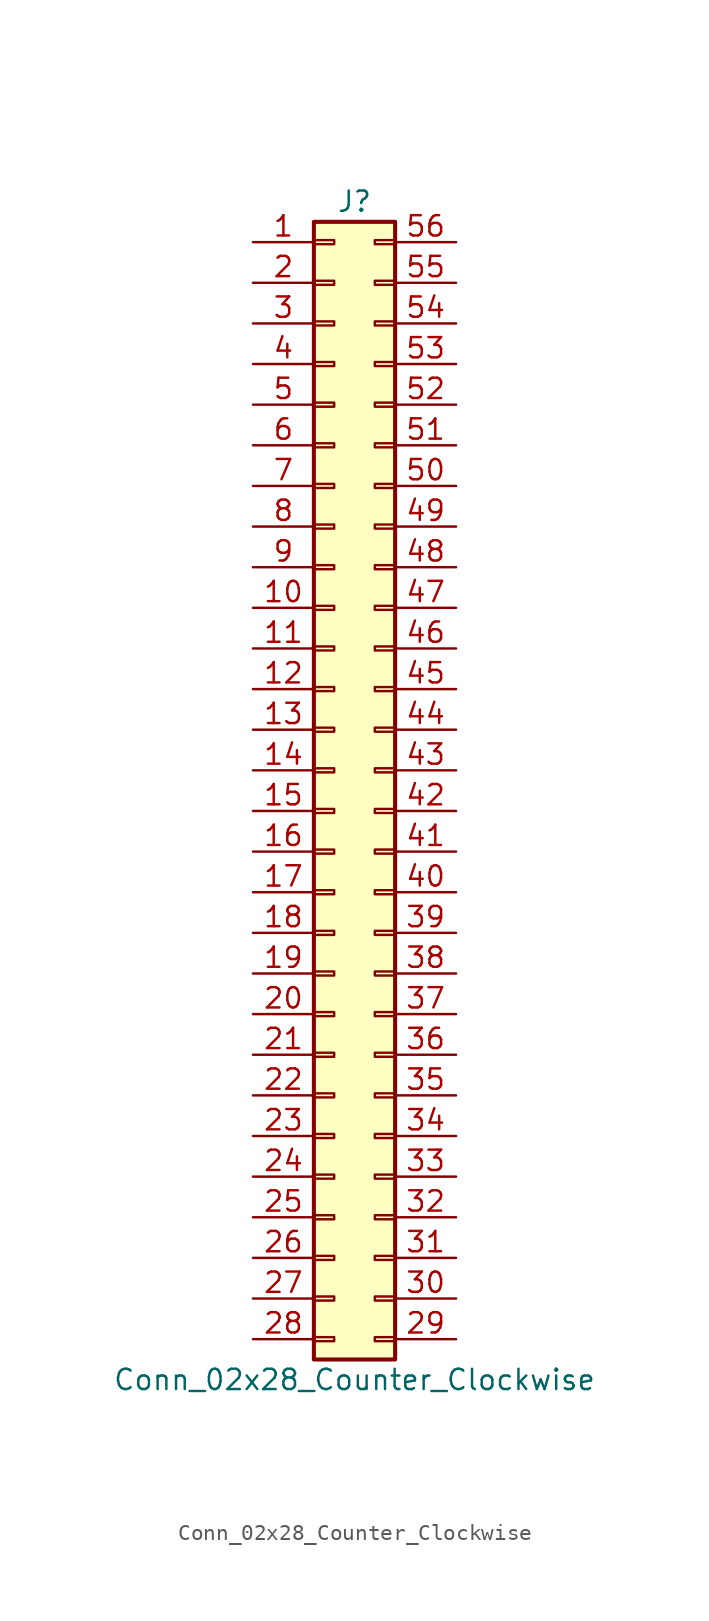
<source format=kicad_sym>
(kicad_symbol_lib
  (version 20220914)
  (generator kicad_symbol_editor)
  (symbol "Conn_02x28_Counter_Clockwise"
    (pin_names
      (offset 1.016) hide)
    (property "Reference" "J"
      (at 1.27 35.56 0)
      (effects (font (size 1.27 1.27))))
    (property "Value" "Conn_02x28_Counter_Clockwise"
      (at 1.27 -38.1 0)
      (effects (font (size 1.27 1.27))))
    (symbol "Conn_02x28_Counter_Clockwise_1_1"
      (rectangle (start -1.27 -35.433) (end 0 -35.687) (stroke (width 0.152) (type solid)) (fill (type none)))
      (rectangle (start -1.27 -32.893) (end 0 -33.147) (stroke (width 0.152) (type solid)) (fill (type none)))
      (rectangle (start -1.27 -30.353) (end 0 -30.607) (stroke (width 0.152) (type solid)) (fill (type none)))
      (rectangle (start -1.27 -27.813) (end 0 -28.067) (stroke (width 0.152) (type solid)) (fill (type none)))
      (rectangle (start -1.27 -25.273) (end 0 -25.527) (stroke (width 0.152) (type solid)) (fill (type none)))
      (rectangle (start -1.27 -22.733) (end 0 -22.987) (stroke (width 0.152) (type solid)) (fill (type none)))
      (rectangle (start -1.27 -20.193) (end 0 -20.447) (stroke (width 0.152) (type solid)) (fill (type none)))
      (rectangle (start -1.27 -17.653) (end 0 -17.907) (stroke (width 0.152) (type solid)) (fill (type none)))
      (rectangle (start -1.27 -15.113) (end 0 -15.367) (stroke (width 0.152) (type solid)) (fill (type none)))
      (rectangle (start -1.27 -12.573) (end 0 -12.827) (stroke (width 0.152) (type solid)) (fill (type none)))
      (rectangle (start -1.27 -10.033) (end 0 -10.287) (stroke (width 0.152) (type solid)) (fill (type none)))
      (rectangle (start -1.27 -7.493) (end 0 -7.747) (stroke (width 0.152) (type solid)) (fill (type none)))
      (rectangle (start -1.27 -4.953) (end 0 -5.207) (stroke (width 0.152) (type solid)) (fill (type none)))
      (rectangle (start -1.27 -2.413) (end 0 -2.667) (stroke (width 0.152) (type solid)) (fill (type none)))
      (rectangle (start -1.27 0.127) (end 0 -0.127) (stroke (width 0.152) (type solid)) (fill (type none)))
      (rectangle (start -1.27 2.667) (end 0 2.413) (stroke (width 0.152) (type solid)) (fill (type none)))
      (rectangle (start -1.27 5.207) (end 0 4.953) (stroke (width 0.152) (type solid)) (fill (type none)))
      (rectangle (start -1.27 7.747) (end 0 7.493) (stroke (width 0.152) (type solid)) (fill (type none)))
      (rectangle (start -1.27 10.287) (end 0 10.033) (stroke (width 0.152) (type solid)) (fill (type none)))
      (rectangle (start -1.27 12.827) (end 0 12.573) (stroke (width 0.152) (type solid)) (fill (type none)))
      (rectangle (start -1.27 15.367) (end 0 15.113) (stroke (width 0.152) (type solid)) (fill (type none)))
      (rectangle (start -1.27 17.907) (end 0 17.653) (stroke (width 0.152) (type solid)) (fill (type none)))
      (rectangle (start -1.27 20.447) (end 0 20.193) (stroke (width 0.152) (type solid)) (fill (type none)))
      (rectangle (start -1.27 22.987) (end 0 22.733) (stroke (width 0.152) (type solid)) (fill (type none)))
      (rectangle (start -1.27 25.527) (end 0 25.273) (stroke (width 0.152) (type solid)) (fill (type none)))
      (rectangle (start -1.27 28.067) (end 0 27.813) (stroke (width 0.152) (type solid)) (fill (type none)))
      (rectangle (start -1.27 30.607) (end 0 30.353) (stroke (width 0.152) (type solid)) (fill (type none)))
      (rectangle (start -1.27 33.147) (end 0 32.893) (stroke (width 0.152) (type solid)) (fill (type none)))
      (rectangle (start -1.27 34.29) (end 3.81 -36.83) (stroke (width 0.254) (type solid)) (fill (type background)))
      (rectangle (start 3.81 -35.433) (end 2.54 -35.687) (stroke (width 0.152) (type solid)) (fill (type none)))
      (rectangle (start 3.81 -32.893) (end 2.54 -33.147) (stroke (width 0.152) (type solid)) (fill (type none)))
      (rectangle (start 3.81 -30.353) (end 2.54 -30.607) (stroke (width 0.152) (type solid)) (fill (type none)))
      (rectangle (start 3.81 -27.813) (end 2.54 -28.067) (stroke (width 0.152) (type solid)) (fill (type none)))
      (rectangle (start 3.81 -25.273) (end 2.54 -25.527) (stroke (width 0.152) (type solid)) (fill (type none)))
      (rectangle (start 3.81 -22.733) (end 2.54 -22.987) (stroke (width 0.152) (type solid)) (fill (type none)))
      (rectangle (start 3.81 -20.193) (end 2.54 -20.447) (stroke (width 0.152) (type solid)) (fill (type none)))
      (rectangle (start 3.81 -17.653) (end 2.54 -17.907) (stroke (width 0.152) (type solid)) (fill (type none)))
      (rectangle (start 3.81 -15.113) (end 2.54 -15.367) (stroke (width 0.152) (type solid)) (fill (type none)))
      (rectangle (start 3.81 -12.573) (end 2.54 -12.827) (stroke (width 0.152) (type solid)) (fill (type none)))
      (rectangle (start 3.81 -10.033) (end 2.54 -10.287) (stroke (width 0.152) (type solid)) (fill (type none)))
      (rectangle (start 3.81 -7.493) (end 2.54 -7.747) (stroke (width 0.152) (type solid)) (fill (type none)))
      (rectangle (start 3.81 -4.953) (end 2.54 -5.207) (stroke (width 0.152) (type solid)) (fill (type none)))
      (rectangle (start 3.81 -2.413) (end 2.54 -2.667) (stroke (width 0.152) (type solid)) (fill (type none)))
      (rectangle (start 3.81 0.127) (end 2.54 -0.127) (stroke (width 0.152) (type solid)) (fill (type none)))
      (rectangle (start 3.81 2.667) (end 2.54 2.413) (stroke (width 0.152) (type solid)) (fill (type none)))
      (rectangle (start 3.81 5.207) (end 2.54 4.953) (stroke (width 0.152) (type solid)) (fill (type none)))
      (rectangle (start 3.81 7.747) (end 2.54 7.493) (stroke (width 0.152) (type solid)) (fill (type none)))
      (rectangle (start 3.81 10.287) (end 2.54 10.033) (stroke (width 0.152) (type solid)) (fill (type none)))
      (rectangle (start 3.81 12.827) (end 2.54 12.573) (stroke (width 0.152) (type solid)) (fill (type none)))
      (rectangle (start 3.81 15.367) (end 2.54 15.113) (stroke (width 0.152) (type solid)) (fill (type none)))
      (rectangle (start 3.81 17.907) (end 2.54 17.653) (stroke (width 0.152) (type solid)) (fill (type none)))
      (rectangle (start 3.81 20.447) (end 2.54 20.193) (stroke (width 0.152) (type solid)) (fill (type none)))
      (rectangle (start 3.81 22.987) (end 2.54 22.733) (stroke (width 0.152) (type solid)) (fill (type none)))
      (rectangle (start 3.81 25.527) (end 2.54 25.273) (stroke (width 0.152) (type solid)) (fill (type none)))
      (rectangle (start 3.81 28.067) (end 2.54 27.813) (stroke (width 0.152) (type solid)) (fill (type none)))
      (rectangle (start 3.81 30.607) (end 2.54 30.353) (stroke (width 0.152) (type solid)) (fill (type none)))
      (rectangle (start 3.81 33.147) (end 2.54 32.893) (stroke (width 0.152) (type solid)) (fill (type none)))
      (pin passive line (at -5.08 33.02 0) (length 3.81) (name "Pin_1" (effects (font (size 1.27 1.27)))) (number "1" (effects (font (size 1.27 1.27)))))
      (pin passive line (at -5.08 10.16 0) (length 3.81) (name "Pin_10" (effects (font (size 1.27 1.27)))) (number "10" (effects (font (size 1.27 1.27)))))
      (pin passive line (at -5.08 7.62 0) (length 3.81) (name "Pin_11" (effects (font (size 1.27 1.27)))) (number "11" (effects (font (size 1.27 1.27)))))
      (pin passive line (at -5.08 5.08 0) (length 3.81) (name "Pin_12" (effects (font (size 1.27 1.27)))) (number "12" (effects (font (size 1.27 1.27)))))
      (pin passive line (at -5.08 2.54 0) (length 3.81) (name "Pin_13" (effects (font (size 1.27 1.27)))) (number "13" (effects (font (size 1.27 1.27)))))
      (pin passive line (at -5.08 0 0) (length 3.81) (name "Pin_14" (effects (font (size 1.27 1.27)))) (number "14" (effects (font (size 1.27 1.27)))))
      (pin passive line (at -5.08 -2.54 0) (length 3.81) (name "Pin_15" (effects (font (size 1.27 1.27)))) (number "15" (effects (font (size 1.27 1.27)))))
      (pin passive line (at -5.08 -5.08 0) (length 3.81) (name "Pin_16" (effects (font (size 1.27 1.27)))) (number "16" (effects (font (size 1.27 1.27)))))
      (pin passive line (at -5.08 -7.62 0) (length 3.81) (name "Pin_17" (effects (font (size 1.27 1.27)))) (number "17" (effects (font (size 1.27 1.27)))))
      (pin passive line (at -5.08 -10.16 0) (length 3.81) (name "Pin_18" (effects (font (size 1.27 1.27)))) (number "18" (effects (font (size 1.27 1.27)))))
      (pin passive line (at -5.08 -12.7 0) (length 3.81) (name "Pin_19" (effects (font (size 1.27 1.27)))) (number "19" (effects (font (size 1.27 1.27)))))
      (pin passive line (at -5.08 30.48 0) (length 3.81) (name "Pin_2" (effects (font (size 1.27 1.27)))) (number "2" (effects (font (size 1.27 1.27)))))
      (pin passive line (at -5.08 -15.24 0) (length 3.81) (name "Pin_20" (effects (font (size 1.27 1.27)))) (number "20" (effects (font (size 1.27 1.27)))))
      (pin passive line (at -5.08 -17.78 0) (length 3.81) (name "Pin_21" (effects (font (size 1.27 1.27)))) (number "21" (effects (font (size 1.27 1.27)))))
      (pin passive line (at -5.08 -20.32 0) (length 3.81) (name "Pin_22" (effects (font (size 1.27 1.27)))) (number "22" (effects (font (size 1.27 1.27)))))
      (pin passive line (at -5.08 -22.86 0) (length 3.81) (name "Pin_23" (effects (font (size 1.27 1.27)))) (number "23" (effects (font (size 1.27 1.27)))))
      (pin passive line (at -5.08 -25.4 0) (length 3.81) (name "Pin_24" (effects (font (size 1.27 1.27)))) (number "24" (effects (font (size 1.27 1.27)))))
      (pin passive line (at -5.08 -27.94 0) (length 3.81) (name "Pin_25" (effects (font (size 1.27 1.27)))) (number "25" (effects (font (size 1.27 1.27)))))
      (pin passive line (at -5.08 -30.48 0) (length 3.81) (name "Pin_26" (effects (font (size 1.27 1.27)))) (number "26" (effects (font (size 1.27 1.27)))))
      (pin passive line (at -5.08 -33.02 0) (length 3.81) (name "Pin_27" (effects (font (size 1.27 1.27)))) (number "27" (effects (font (size 1.27 1.27)))))
      (pin passive line (at -5.08 -35.56 0) (length 3.81) (name "Pin_28" (effects (font (size 1.27 1.27)))) (number "28" (effects (font (size 1.27 1.27)))))
      (pin passive line (at 7.62 -35.56 180) (length 3.81) (name "Pin_29" (effects (font (size 1.27 1.27)))) (number "29" (effects (font (size 1.27 1.27)))))
      (pin passive line (at -5.08 27.94 0) (length 3.81) (name "Pin_3" (effects (font (size 1.27 1.27)))) (number "3" (effects (font (size 1.27 1.27)))))
      (pin passive line (at 7.62 -33.02 180) (length 3.81) (name "Pin_30" (effects (font (size 1.27 1.27)))) (number "30" (effects (font (size 1.27 1.27)))))
      (pin passive line (at 7.62 -30.48 180) (length 3.81) (name "Pin_31" (effects (font (size 1.27 1.27)))) (number "31" (effects (font (size 1.27 1.27)))))
      (pin passive line (at 7.62 -27.94 180) (length 3.81) (name "Pin_32" (effects (font (size 1.27 1.27)))) (number "32" (effects (font (size 1.27 1.27)))))
      (pin passive line (at 7.62 -25.4 180) (length 3.81) (name "Pin_33" (effects (font (size 1.27 1.27)))) (number "33" (effects (font (size 1.27 1.27)))))
      (pin passive line (at 7.62 -22.86 180) (length 3.81) (name "Pin_34" (effects (font (size 1.27 1.27)))) (number "34" (effects (font (size 1.27 1.27)))))
      (pin passive line (at 7.62 -20.32 180) (length 3.81) (name "Pin_35" (effects (font (size 1.27 1.27)))) (number "35" (effects (font (size 1.27 1.27)))))
      (pin passive line (at 7.62 -17.78 180) (length 3.81) (name "Pin_36" (effects (font (size 1.27 1.27)))) (number "36" (effects (font (size 1.27 1.27)))))
      (pin passive line (at 7.62 -15.24 180) (length 3.81) (name "Pin_37" (effects (font (size 1.27 1.27)))) (number "37" (effects (font (size 1.27 1.27)))))
      (pin passive line (at 7.62 -12.7 180) (length 3.81) (name "Pin_38" (effects (font (size 1.27 1.27)))) (number "38" (effects (font (size 1.27 1.27)))))
      (pin passive line (at 7.62 -10.16 180) (length 3.81) (name "Pin_39" (effects (font (size 1.27 1.27)))) (number "39" (effects (font (size 1.27 1.27)))))
      (pin passive line (at -5.08 25.4 0) (length 3.81) (name "Pin_4" (effects (font (size 1.27 1.27)))) (number "4" (effects (font (size 1.27 1.27)))))
      (pin passive line (at 7.62 -7.62 180) (length 3.81) (name "Pin_40" (effects (font (size 1.27 1.27)))) (number "40" (effects (font (size 1.27 1.27)))))
      (pin passive line (at 7.62 -5.08 180) (length 3.81) (name "Pin_41" (effects (font (size 1.27 1.27)))) (number "41" (effects (font (size 1.27 1.27)))))
      (pin passive line (at 7.62 -2.54 180) (length 3.81) (name "Pin_42" (effects (font (size 1.27 1.27)))) (number "42" (effects (font (size 1.27 1.27)))))
      (pin passive line (at 7.62 0 180) (length 3.81) (name "Pin_43" (effects (font (size 1.27 1.27)))) (number "43" (effects (font (size 1.27 1.27)))))
      (pin passive line (at 7.62 2.54 180) (length 3.81) (name "Pin_44" (effects (font (size 1.27 1.27)))) (number "44" (effects (font (size 1.27 1.27)))))
      (pin passive line (at 7.62 5.08 180) (length 3.81) (name "Pin_45" (effects (font (size 1.27 1.27)))) (number "45" (effects (font (size 1.27 1.27)))))
      (pin passive line (at 7.62 7.62 180) (length 3.81) (name "Pin_46" (effects (font (size 1.27 1.27)))) (number "46" (effects (font (size 1.27 1.27)))))
      (pin passive line (at 7.62 10.16 180) (length 3.81) (name "Pin_47" (effects (font (size 1.27 1.27)))) (number "47" (effects (font (size 1.27 1.27)))))
      (pin passive line (at 7.62 12.7 180) (length 3.81) (name "Pin_48" (effects (font (size 1.27 1.27)))) (number "48" (effects (font (size 1.27 1.27)))))
      (pin passive line (at 7.62 15.24 180) (length 3.81) (name "Pin_49" (effects (font (size 1.27 1.27)))) (number "49" (effects (font (size 1.27 1.27)))))
      (pin passive line (at -5.08 22.86 0) (length 3.81) (name "Pin_5" (effects (font (size 1.27 1.27)))) (number "5" (effects (font (size 1.27 1.27)))))
      (pin passive line (at 7.62 17.78 180) (length 3.81) (name "Pin_50" (effects (font (size 1.27 1.27)))) (number "50" (effects (font (size 1.27 1.27)))))
      (pin passive line (at 7.62 20.32 180) (length 3.81) (name "Pin_51" (effects (font (size 1.27 1.27)))) (number "51" (effects (font (size 1.27 1.27)))))
      (pin passive line (at 7.62 22.86 180) (length 3.81) (name "Pin_52" (effects (font (size 1.27 1.27)))) (number "52" (effects (font (size 1.27 1.27)))))
      (pin passive line (at 7.62 25.4 180) (length 3.81) (name "Pin_53" (effects (font (size 1.27 1.27)))) (number "53" (effects (font (size 1.27 1.27)))))
      (pin passive line (at 7.62 27.94 180) (length 3.81) (name "Pin_54" (effects (font (size 1.27 1.27)))) (number "54" (effects (font (size 1.27 1.27)))))
      (pin passive line (at 7.62 30.48 180) (length 3.81) (name "Pin_55" (effects (font (size 1.27 1.27)))) (number "55" (effects (font (size 1.27 1.27)))))
      (pin passive line (at 7.62 33.02 180) (length 3.81) (name "Pin_56" (effects (font (size 1.27 1.27)))) (number "56" (effects (font (size 1.27 1.27)))))
      (pin passive line (at -5.08 20.32 0) (length 3.81) (name "Pin_6" (effects (font (size 1.27 1.27)))) (number "6" (effects (font (size 1.27 1.27)))))
      (pin passive line (at -5.08 17.78 0) (length 3.81) (name "Pin_7" (effects (font (size 1.27 1.27)))) (number "7" (effects (font (size 1.27 1.27)))))
      (pin passive line (at -5.08 15.24 0) (length 3.81) (name "Pin_8" (effects (font (size 1.27 1.27)))) (number "8" (effects (font (size 1.27 1.27)))))
      (pin passive line (at -5.08 12.7 0) (length 3.81) (name "Pin_9" (effects (font (size 1.27 1.27)))) (number "9" (effects (font (size 1.27 1.27))))))))
</source>
